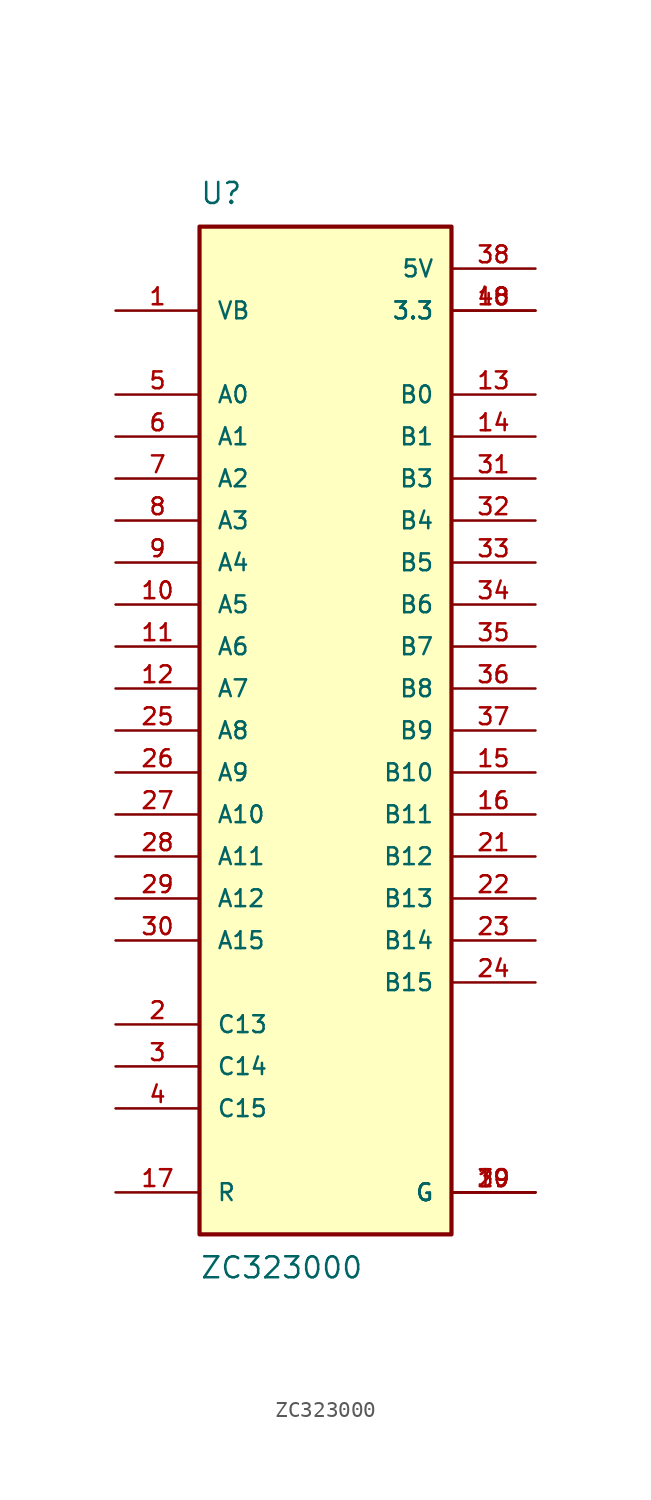
<source format=kicad_sym>
(kicad_symbol_lib
  (version 20211014)
  (generator kicad_symbol_editor)
  (symbol "ZC323000"
    (pin_names
      (offset 1.016))
    (property "Reference" "U"
      (at -7.62 31.75 0)
      (effects (font (size 1.27 1.27)) (justify bottom left)))
    (property "Value" "ZC323000"
      (at -7.62 -31.75 0)
      (effects (font (size 1.27 1.27)) (justify top left)))
    (symbol "ZC323000_0_0"
      (rectangle (start -7.62 -30.48) (end 7.62 30.48) (stroke (width 0.254)) (fill (type background)))
      (pin bidirectional line (at -12.7 25.4 0) (length 5.08) (name "VB" (effects (font (size 1.016 1.016)))) (number "1" (effects (font (size 1.016 1.016)))))
      (pin bidirectional line (at -12.7 -17.78 0) (length 5.08) (name "C13" (effects (font (size 1.016 1.016)))) (number "2" (effects (font (size 1.016 1.016)))))
      (pin bidirectional line (at -12.7 -20.32 0) (length 5.08) (name "C14" (effects (font (size 1.016 1.016)))) (number "3" (effects (font (size 1.016 1.016)))))
      (pin bidirectional line (at -12.7 -22.86 0) (length 5.08) (name "C15" (effects (font (size 1.016 1.016)))) (number "4" (effects (font (size 1.016 1.016)))))
      (pin bidirectional line (at -12.7 20.32 0) (length 5.08) (name "A0" (effects (font (size 1.016 1.016)))) (number "5" (effects (font (size 1.016 1.016)))))
      (pin bidirectional line (at -12.7 17.78 0) (length 5.08) (name "A1" (effects (font (size 1.016 1.016)))) (number "6" (effects (font (size 1.016 1.016)))))
      (pin bidirectional line (at -12.7 15.24 0) (length 5.08) (name "A2" (effects (font (size 1.016 1.016)))) (number "7" (effects (font (size 1.016 1.016)))))
      (pin bidirectional line (at -12.7 12.7 0) (length 5.08) (name "A3" (effects (font (size 1.016 1.016)))) (number "8" (effects (font (size 1.016 1.016)))))
      (pin bidirectional line (at -12.7 10.16 0) (length 5.08) (name "A4" (effects (font (size 1.016 1.016)))) (number "9" (effects (font (size 1.016 1.016)))))
      (pin bidirectional line (at -12.7 7.62 0) (length 5.08) (name "A5" (effects (font (size 1.016 1.016)))) (number "10" (effects (font (size 1.016 1.016)))))
      (pin bidirectional line (at -12.7 5.08 0) (length 5.08) (name "A6" (effects (font (size 1.016 1.016)))) (number "11" (effects (font (size 1.016 1.016)))))
      (pin bidirectional line (at -12.7 2.54 0) (length 5.08) (name "A7" (effects (font (size 1.016 1.016)))) (number "12" (effects (font (size 1.016 1.016)))))
      (pin bidirectional line (at 12.7 20.32 180.0) (length 5.08) (name "B0" (effects (font (size 1.016 1.016)))) (number "13" (effects (font (size 1.016 1.016)))))
      (pin bidirectional line (at 12.7 17.78 180.0) (length 5.08) (name "B1" (effects (font (size 1.016 1.016)))) (number "14" (effects (font (size 1.016 1.016)))))
      (pin bidirectional line (at 12.7 -2.54 180.0) (length 5.08) (name "B10" (effects (font (size 1.016 1.016)))) (number "15" (effects (font (size 1.016 1.016)))))
      (pin bidirectional line (at 12.7 -5.08 180.0) (length 5.08) (name "B11" (effects (font (size 1.016 1.016)))) (number "16" (effects (font (size 1.016 1.016)))))
      (pin bidirectional line (at -12.7 -27.94 0) (length 5.08) (name "R" (effects (font (size 1.016 1.016)))) (number "17" (effects (font (size 1.016 1.016)))))
      (pin power_in line (at 12.7 25.4 180.0) (length 5.08) (name "3.3" (effects (font (size 1.016 1.016)))) (number "18" (effects (font (size 1.016 1.016)))))
      (pin power_in line (at 12.7 25.4 180.0) (length 5.08) (name "3.3" (effects (font (size 1.016 1.016)))) (number "40" (effects (font (size 1.016 1.016)))))
      (pin power_in line (at 12.7 -27.94 180.0) (length 5.08) (name "G" (effects (font (size 1.016 1.016)))) (number "19" (effects (font (size 1.016 1.016)))))
      (pin power_in line (at 12.7 -27.94 180.0) (length 5.08) (name "G" (effects (font (size 1.016 1.016)))) (number "20" (effects (font (size 1.016 1.016)))))
      (pin power_in line (at 12.7 -27.94 180.0) (length 5.08) (name "G" (effects (font (size 1.016 1.016)))) (number "39" (effects (font (size 1.016 1.016)))))
      (pin power_in line (at 12.7 27.94 180.0) (length 5.08) (name "5V" (effects (font (size 1.016 1.016)))) (number "38" (effects (font (size 1.016 1.016)))))
      (pin bidirectional line (at 12.7 15.24 180.0) (length 5.08) (name "B3" (effects (font (size 1.016 1.016)))) (number "31" (effects (font (size 1.016 1.016)))))
      (pin bidirectional line (at 12.7 12.7 180.0) (length 5.08) (name "B4" (effects (font (size 1.016 1.016)))) (number "32" (effects (font (size 1.016 1.016)))))
      (pin bidirectional line (at 12.7 10.16 180.0) (length 5.08) (name "B5" (effects (font (size 1.016 1.016)))) (number "33" (effects (font (size 1.016 1.016)))))
      (pin bidirectional line (at 12.7 7.62 180.0) (length 5.08) (name "B6" (effects (font (size 1.016 1.016)))) (number "34" (effects (font (size 1.016 1.016)))))
      (pin bidirectional line (at 12.7 5.08 180.0) (length 5.08) (name "B7" (effects (font (size 1.016 1.016)))) (number "35" (effects (font (size 1.016 1.016)))))
      (pin bidirectional line (at 12.7 2.54 180.0) (length 5.08) (name "B8" (effects (font (size 1.016 1.016)))) (number "36" (effects (font (size 1.016 1.016)))))
      (pin bidirectional line (at 12.7 0.0 180.0) (length 5.08) (name "B9" (effects (font (size 1.016 1.016)))) (number "37" (effects (font (size 1.016 1.016)))))
      (pin bidirectional line (at 12.7 -7.62 180.0) (length 5.08) (name "B12" (effects (font (size 1.016 1.016)))) (number "21" (effects (font (size 1.016 1.016)))))
      (pin bidirectional line (at 12.7 -10.16 180.0) (length 5.08) (name "B13" (effects (font (size 1.016 1.016)))) (number "22" (effects (font (size 1.016 1.016)))))
      (pin bidirectional line (at 12.7 -12.7 180.0) (length 5.08) (name "B14" (effects (font (size 1.016 1.016)))) (number "23" (effects (font (size 1.016 1.016)))))
      (pin bidirectional line (at 12.7 -15.24 180.0) (length 5.08) (name "B15" (effects (font (size 1.016 1.016)))) (number "24" (effects (font (size 1.016 1.016)))))
      (pin bidirectional line (at -12.7 0.0 0) (length 5.08) (name "A8" (effects (font (size 1.016 1.016)))) (number "25" (effects (font (size 1.016 1.016)))))
      (pin bidirectional line (at -12.7 -2.54 0) (length 5.08) (name "A9" (effects (font (size 1.016 1.016)))) (number "26" (effects (font (size 1.016 1.016)))))
      (pin bidirectional line (at -12.7 -5.08 0) (length 5.08) (name "A10" (effects (font (size 1.016 1.016)))) (number "27" (effects (font (size 1.016 1.016)))))
      (pin bidirectional line (at -12.7 -7.62 0) (length 5.08) (name "A11" (effects (font (size 1.016 1.016)))) (number "28" (effects (font (size 1.016 1.016)))))
      (pin bidirectional line (at -12.7 -10.16 0) (length 5.08) (name "A12" (effects (font (size 1.016 1.016)))) (number "29" (effects (font (size 1.016 1.016)))))
      (pin bidirectional line (at -12.7 -12.7 0) (length 5.08) (name "A15" (effects (font (size 1.016 1.016)))) (number "30" (effects (font (size 1.016 1.016))))))))
</source>
